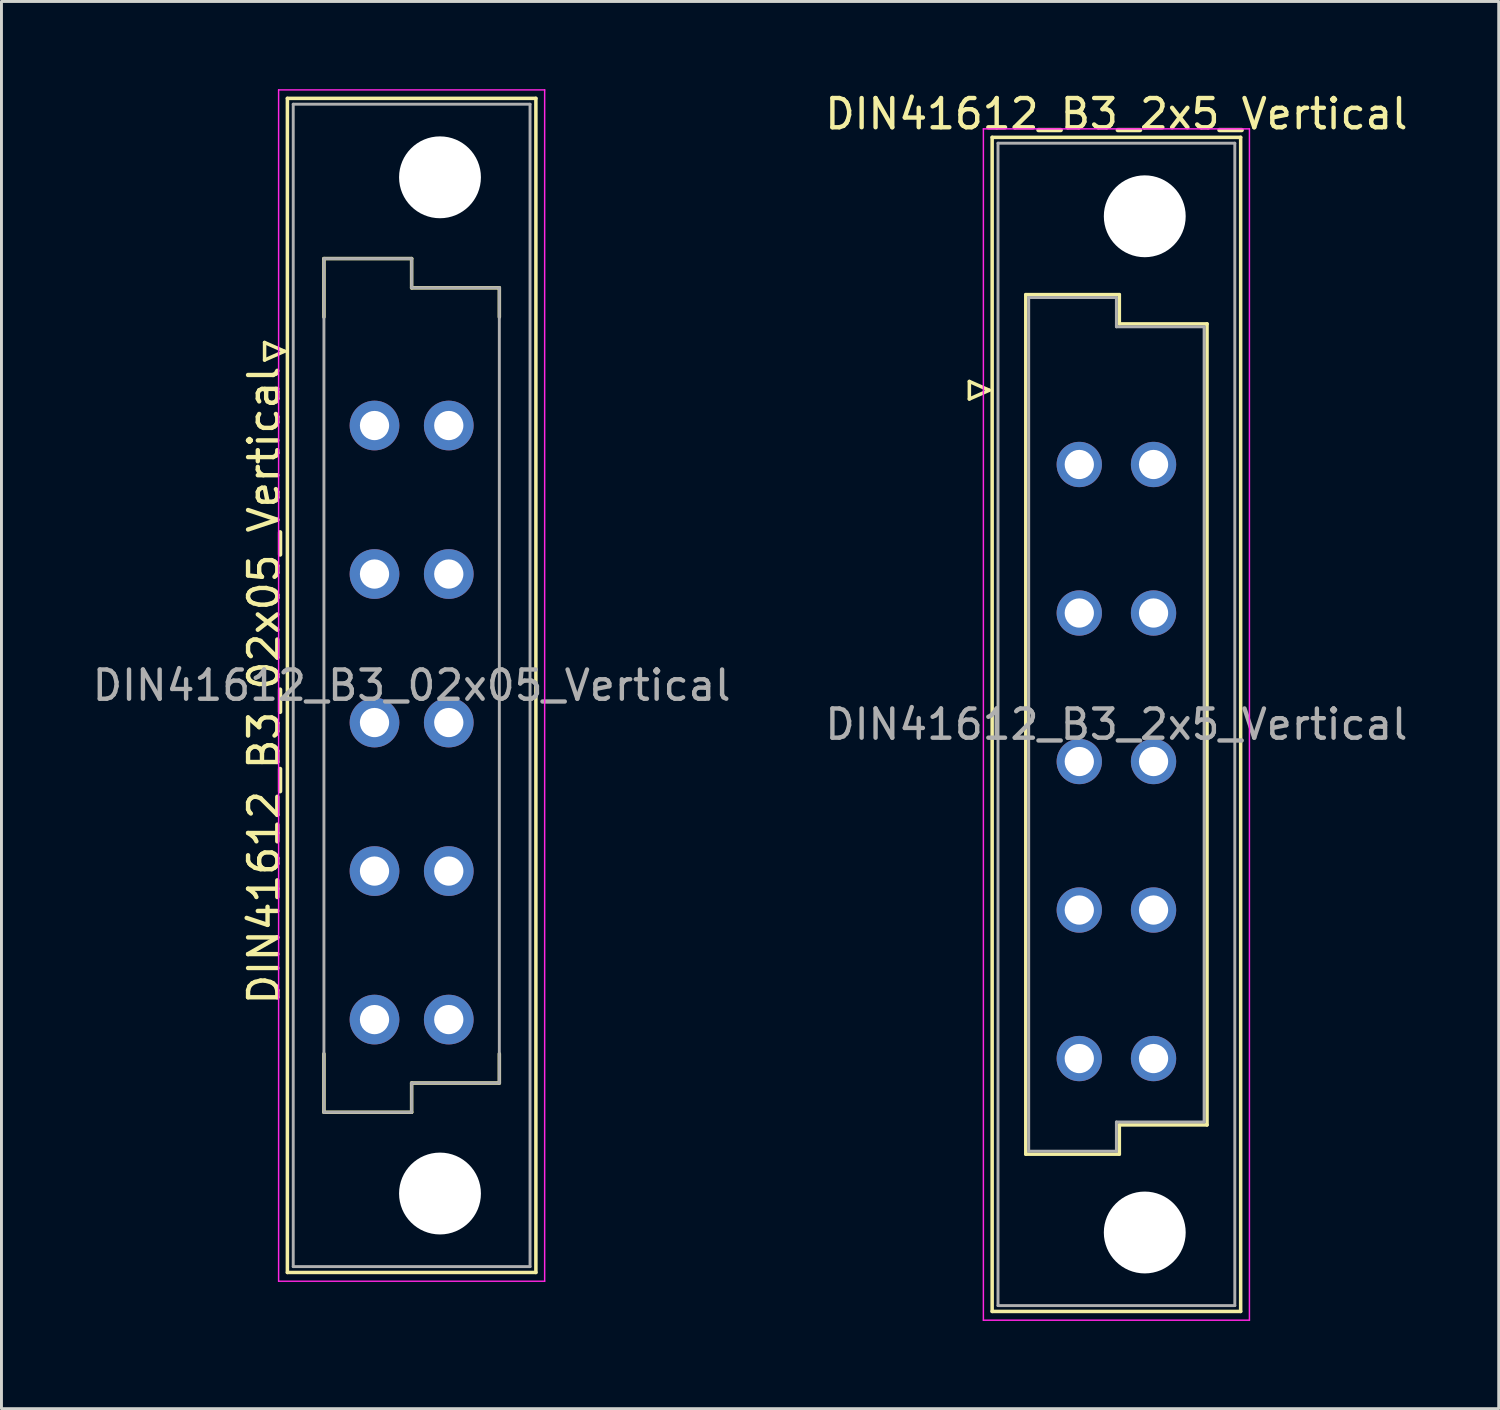
<source format=kicad_pcb>
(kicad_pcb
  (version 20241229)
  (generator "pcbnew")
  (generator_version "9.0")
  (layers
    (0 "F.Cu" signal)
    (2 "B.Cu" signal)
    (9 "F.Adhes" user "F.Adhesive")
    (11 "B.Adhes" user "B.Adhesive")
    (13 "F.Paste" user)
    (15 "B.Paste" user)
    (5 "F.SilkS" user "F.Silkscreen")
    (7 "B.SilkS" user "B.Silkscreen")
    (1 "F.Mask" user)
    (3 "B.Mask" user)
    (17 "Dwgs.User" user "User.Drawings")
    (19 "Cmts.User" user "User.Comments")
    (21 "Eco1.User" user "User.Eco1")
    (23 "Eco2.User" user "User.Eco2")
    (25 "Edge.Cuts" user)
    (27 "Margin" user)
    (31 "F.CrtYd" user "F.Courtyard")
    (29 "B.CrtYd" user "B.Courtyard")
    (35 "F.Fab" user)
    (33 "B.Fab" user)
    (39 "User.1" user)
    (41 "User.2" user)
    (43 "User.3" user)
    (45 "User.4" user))
  (footprint "DIN41612_B3_02x05_Vertical"
    (layer "F.Cu")
    (at 9.76 8.965)
    (property "Reference" "DIN41612_B3_02x05_Vertical" (at -3.78 11.43 90) (layer "F.SilkS") (effects (font (size 1 1) (thickness 0.15))))
    (attr through_hole)
    (fp_line (start -3.76 -0.3) (end -3.76 0.3) (stroke (width 0.12) (type solid)) (layer "F.SilkS"))
    (fp_line (start -3.76 0.3) (end -3.08 0) (stroke (width 0.12) (type solid)) (layer "F.SilkS"))
    (fp_line (start -3.08 0) (end -3.76 -0.3) (stroke (width 0.12) (type solid)) (layer "F.SilkS"))
    (fp_line (start -2.98 -8.65) (end 5.52 -8.65) (stroke (width 0.12) (type solid)) (layer "F.SilkS"))
    (fp_line (start -2.98 31.51) (end -2.98 -8.65) (stroke (width 0.12) (type solid)) (layer "F.SilkS"))
    (fp_line (start -1.73 -3.17) (end 1.27 -3.17) (stroke (width 0.12) (type solid)) (layer "F.SilkS"))
    (fp_line (start -1.73 -1.17) (end -1.73 -3.17) (stroke (width 0.12) (type solid)) (layer "F.SilkS"))
    (fp_line (start -1.73 24.03) (end -1.73 26.03) (stroke (width 0.12) (type solid)) (layer "F.SilkS"))
    (fp_line (start -1.73 26.03) (end 1.27 26.03) (stroke (width 0.12) (type solid)) (layer "F.SilkS"))
    (fp_line (start 1.27 -3.17) (end 1.27 -2.17) (stroke (width 0.12) (type solid)) (layer "F.SilkS"))
    (fp_line (start 1.27 -2.17) (end 4.27 -2.17) (stroke (width 0.12) (type solid)) (layer "F.SilkS"))
    (fp_line (start 1.27 25.03) (end 4.27 25.03) (stroke (width 0.12) (type solid)) (layer "F.SilkS"))
    (fp_line (start 1.27 26.03) (end 1.27 25.03) (stroke (width 0.12) (type solid)) (layer "F.SilkS"))
    (fp_line (start 4.27 -2.17) (end 4.27 -1.17) (stroke (width 0.12) (type solid)) (layer "F.SilkS"))
    (fp_line (start 4.27 25.03) (end 4.27 24.03) (stroke (width 0.12) (type solid)) (layer "F.SilkS"))
    (fp_line (start 5.52 -8.65) (end 5.52 31.51) (stroke (width 0.12) (type solid)) (layer "F.SilkS"))
    (fp_line (start 5.52 31.51) (end -2.98 31.51) (stroke (width 0.12) (type solid)) (layer "F.SilkS"))
    (fp_line (start -3.28 -8.94) (end 5.82 -8.94) (stroke (width 0.05) (type solid)) (layer "F.CrtYd"))
    (fp_line (start -3.28 31.81) (end -3.28 -8.94) (stroke (width 0.05) (type solid)) (layer "F.CrtYd"))
    (fp_line (start 5.82 -8.94) (end 5.82 31.81) (stroke (width 0.05) (type solid)) (layer "F.CrtYd"))
    (fp_line (start 5.82 31.81) (end -3.28 31.81) (stroke (width 0.05) (type solid)) (layer "F.CrtYd"))
    (fp_line (start -2.78 -8.45) (end 5.32 -8.45) (stroke (width 0.1) (type solid)) (layer "F.Fab"))
    (fp_line (start -2.78 31.31) (end -2.78 -8.45) (stroke (width 0.1) (type solid)) (layer "F.Fab"))
    (fp_line (start -1.73 -3.17) (end 1.27 -3.17) (stroke (width 0.1) (type solid)) (layer "F.Fab"))
    (fp_line (start -1.73 26.03) (end -1.73 -3.17) (stroke (width 0.1) (type solid)) (layer "F.Fab"))
    (fp_line (start 1.27 -3.17) (end 1.27 -2.17) (stroke (width 0.1) (type solid)) (layer "F.Fab"))
    (fp_line (start 1.27 -2.17) (end 4.27 -2.17) (stroke (width 0.1) (type solid)) (layer "F.Fab"))
    (fp_line (start 1.27 25.03) (end 1.27 26.03) (stroke (width 0.1) (type solid)) (layer "F.Fab"))
    (fp_line (start 1.27 26.03) (end -1.73 26.03) (stroke (width 0.1) (type solid)) (layer "F.Fab"))
    (fp_line (start 4.27 -2.17) (end 4.27 25.03) (stroke (width 0.1) (type solid)) (layer "F.Fab"))
    (fp_line (start 4.27 25.03) (end 1.27 25.03) (stroke (width 0.1) (type solid)) (layer "F.Fab"))
    (fp_line (start 5.32 -8.45) (end 5.32 31.31) (stroke (width 0.1) (type solid)) (layer "F.Fab"))
    (fp_line (start 5.32 31.31) (end -2.78 31.31) (stroke (width 0.1) (type solid)) (layer "F.Fab"))
    (fp_text user "${REFERENCE}" (at 1.27 11.43 0) (layer "F.Fab") (effects (font (size 1 1) (thickness 0.15))))
    (pad "" np_thru_hole circle (at 2.24 -5.95) (size 2.8 2.8) (drill 2.8) (layers "*.Cu" "*.Mask"))
    (pad "" np_thru_hole circle (at 2.24 28.81) (size 2.8 2.8) (drill 2.8) (layers "*.Cu" "*.Mask"))
    (pad "a2" thru_hole circle (at 0 2.54) (size 1.7 1.7) (drill 1) (layers "*.Cu" "*.Mask"))
    (pad "a4" thru_hole circle (at 0 7.62) (size 1.7 1.7) (drill 1) (layers "*.Cu" "*.Mask"))
    (pad "a6" thru_hole circle (at 0 12.7) (size 1.7 1.7) (drill 1) (layers "*.Cu" "*.Mask"))
    (pad "a8" thru_hole circle (at 0 17.78) (size 1.7 1.7) (drill 1) (layers "*.Cu" "*.Mask"))
    (pad "a10" thru_hole circle (at 0 22.86) (size 1.7 1.7) (drill 1) (layers "*.Cu" "*.Mask"))
    (pad "b2" thru_hole circle (at 2.54 2.54) (size 1.7 1.7) (drill 1) (layers "*.Cu" "*.Mask"))
    (pad "b4" thru_hole circle (at 2.54 7.62) (size 1.7 1.7) (drill 1) (layers "*.Cu" "*.Mask"))
    (pad "b6" thru_hole circle (at 2.54 12.7) (size 1.7 1.7) (drill 1) (layers "*.Cu" "*.Mask"))
    (pad "b8" thru_hole circle (at 2.54 17.78) (size 1.7 1.7) (drill 1) (layers "*.Cu" "*.Mask"))
    (pad "b10" thru_hole circle (at 2.54 22.86) (size 1.7 1.7) (drill 1) (layers "*.Cu" "*.Mask")))
  (footprint "DIN41612_B3_2x5_Vertical"
    (layer "F.Cu")
    (at 33.867 10.298)
    (property "Reference" "DIN41612_B3_2x5_Vertical" (at 1.27 -9.45 0) (layer "F.SilkS") (effects (font (size 1 1) (thickness 0.15))))
    (attr through_hole)
    (fp_line (start -3.76 -0.3) (end -3.76 0.3) (stroke (width 0.12) (type solid)) (layer "F.SilkS"))
    (fp_line (start -3.76 0.3) (end -3.08 0) (stroke (width 0.12) (type solid)) (layer "F.SilkS"))
    (fp_line (start -3.08 0) (end -3.76 -0.3) (stroke (width 0.12) (type solid)) (layer "F.SilkS"))
    (fp_line (start -2.98 -8.65) (end 5.52 -8.65) (stroke (width 0.12) (type solid)) (layer "F.SilkS"))
    (fp_line (start -2.98 31.51) (end -2.98 -8.65) (stroke (width 0.12) (type solid)) (layer "F.SilkS"))
    (fp_line (start -1.83 -3.27) (end 1.37 -3.27) (stroke (width 0.12) (type solid)) (layer "F.SilkS"))
    (fp_line (start -1.83 26.13) (end -1.83 -3.27) (stroke (width 0.12) (type solid)) (layer "F.SilkS"))
    (fp_line (start 1.37 -3.27) (end 1.37 -2.27) (stroke (width 0.12) (type solid)) (layer "F.SilkS"))
    (fp_line (start 1.37 -2.27) (end 4.37 -2.27) (stroke (width 0.12) (type solid)) (layer "F.SilkS"))
    (fp_line (start 1.37 25.13) (end 1.37 26.13) (stroke (width 0.12) (type solid)) (layer "F.SilkS"))
    (fp_line (start 1.37 26.13) (end -1.83 26.13) (stroke (width 0.12) (type solid)) (layer "F.SilkS"))
    (fp_line (start 4.37 -2.27) (end 4.37 25.13) (stroke (width 0.12) (type solid)) (layer "F.SilkS"))
    (fp_line (start 4.37 25.13) (end 1.37 25.13) (stroke (width 0.12) (type solid)) (layer "F.SilkS"))
    (fp_line (start 5.52 -8.65) (end 5.52 31.51) (stroke (width 0.12) (type solid)) (layer "F.SilkS"))
    (fp_line (start 5.52 31.51) (end -2.98 31.51) (stroke (width 0.12) (type solid)) (layer "F.SilkS"))
    (fp_line (start -3.28 -8.94) (end 5.82 -8.94) (stroke (width 0.05) (type solid)) (layer "F.CrtYd"))
    (fp_line (start -3.28 31.81) (end -3.28 -8.94) (stroke (width 0.05) (type solid)) (layer "F.CrtYd"))
    (fp_line (start 5.82 -8.94) (end 5.82 31.81) (stroke (width 0.05) (type solid)) (layer "F.CrtYd"))
    (fp_line (start 5.82 31.81) (end -3.28 31.81) (stroke (width 0.05) (type solid)) (layer "F.CrtYd"))
    (fp_line (start -2.78 -8.45) (end 5.32 -8.45) (stroke (width 0.1) (type solid)) (layer "F.Fab"))
    (fp_line (start -2.78 31.31) (end -2.78 -8.45) (stroke (width 0.1) (type solid)) (layer "F.Fab"))
    (fp_line (start -1.73 -3.17) (end 1.27 -3.17) (stroke (width 0.1) (type solid)) (layer "F.Fab"))
    (fp_line (start -1.73 26.03) (end -1.73 -3.17) (stroke (width 0.1) (type solid)) (layer "F.Fab"))
    (fp_line (start 1.27 -3.17) (end 1.27 -2.17) (stroke (width 0.1) (type solid)) (layer "F.Fab"))
    (fp_line (start 1.27 -2.17) (end 4.27 -2.17) (stroke (width 0.1) (type solid)) (layer "F.Fab"))
    (fp_line (start 1.27 25.03) (end 1.27 26.03) (stroke (width 0.1) (type solid)) (layer "F.Fab"))
    (fp_line (start 1.27 26.03) (end -1.73 26.03) (stroke (width 0.1) (type solid)) (layer "F.Fab"))
    (fp_line (start 4.27 -2.17) (end 4.27 25.03) (stroke (width 0.1) (type solid)) (layer "F.Fab"))
    (fp_line (start 4.27 25.03) (end 1.27 25.03) (stroke (width 0.1) (type solid)) (layer "F.Fab"))
    (fp_line (start 5.32 -8.45) (end 5.32 31.31) (stroke (width 0.1) (type solid)) (layer "F.Fab"))
    (fp_line (start 5.32 31.31) (end -2.78 31.31) (stroke (width 0.1) (type solid)) (layer "F.Fab"))
    (fp_text user "${REFERENCE}" (at 1.27 11.43 0) (layer "F.Fab") (effects (font (size 1 1) (thickness 0.15))))
    (pad "" np_thru_hole circle (at 2.24 -5.95) (size 2.8 2.8) (drill 2.8) (layers "*.Cu" "*.Mask"))
    (pad "" np_thru_hole circle (at 2.24 28.81) (size 2.8 2.8) (drill 2.8) (layers "*.Cu" "*.Mask"))
    (pad "a2" thru_hole circle (at 0 2.54) (size 1.55 1.55) (drill 1) (layers "*.Cu" "*.Mask"))
    (pad "a4" thru_hole circle (at 0 7.62) (size 1.55 1.55) (drill 1) (layers "*.Cu" "*.Mask"))
    (pad "a6" thru_hole circle (at 0 12.7) (size 1.55 1.55) (drill 1) (layers "*.Cu" "*.Mask"))
    (pad "a8" thru_hole circle (at 0 17.78) (size 1.55 1.55) (drill 1) (layers "*.Cu" "*.Mask"))
    (pad "a10" thru_hole circle (at 0 22.86) (size 1.55 1.55) (drill 1) (layers "*.Cu" "*.Mask"))
    (pad "b2" thru_hole circle (at 2.54 2.54) (size 1.55 1.55) (drill 1) (layers "*.Cu" "*.Mask"))
    (pad "b4" thru_hole circle (at 2.54 7.62) (size 1.55 1.55) (drill 1) (layers "*.Cu" "*.Mask"))
    (pad "b6" thru_hole circle (at 2.54 12.7) (size 1.55 1.55) (drill 1) (layers "*.Cu" "*.Mask"))
    (pad "b8" thru_hole circle (at 2.54 17.78) (size 1.55 1.55) (drill 1) (layers "*.Cu" "*.Mask"))
    (pad "b10" thru_hole circle (at 2.54 22.86) (size 1.55 1.55) (drill 1) (layers "*.Cu" "*.Mask")))
  (gr_rect
    (start -3 -3)
    (end 48.214 45.133)
    (stroke (width 0.1) (type default))
    (fill no)
    (layer "Edge.Cuts")))
</source>
